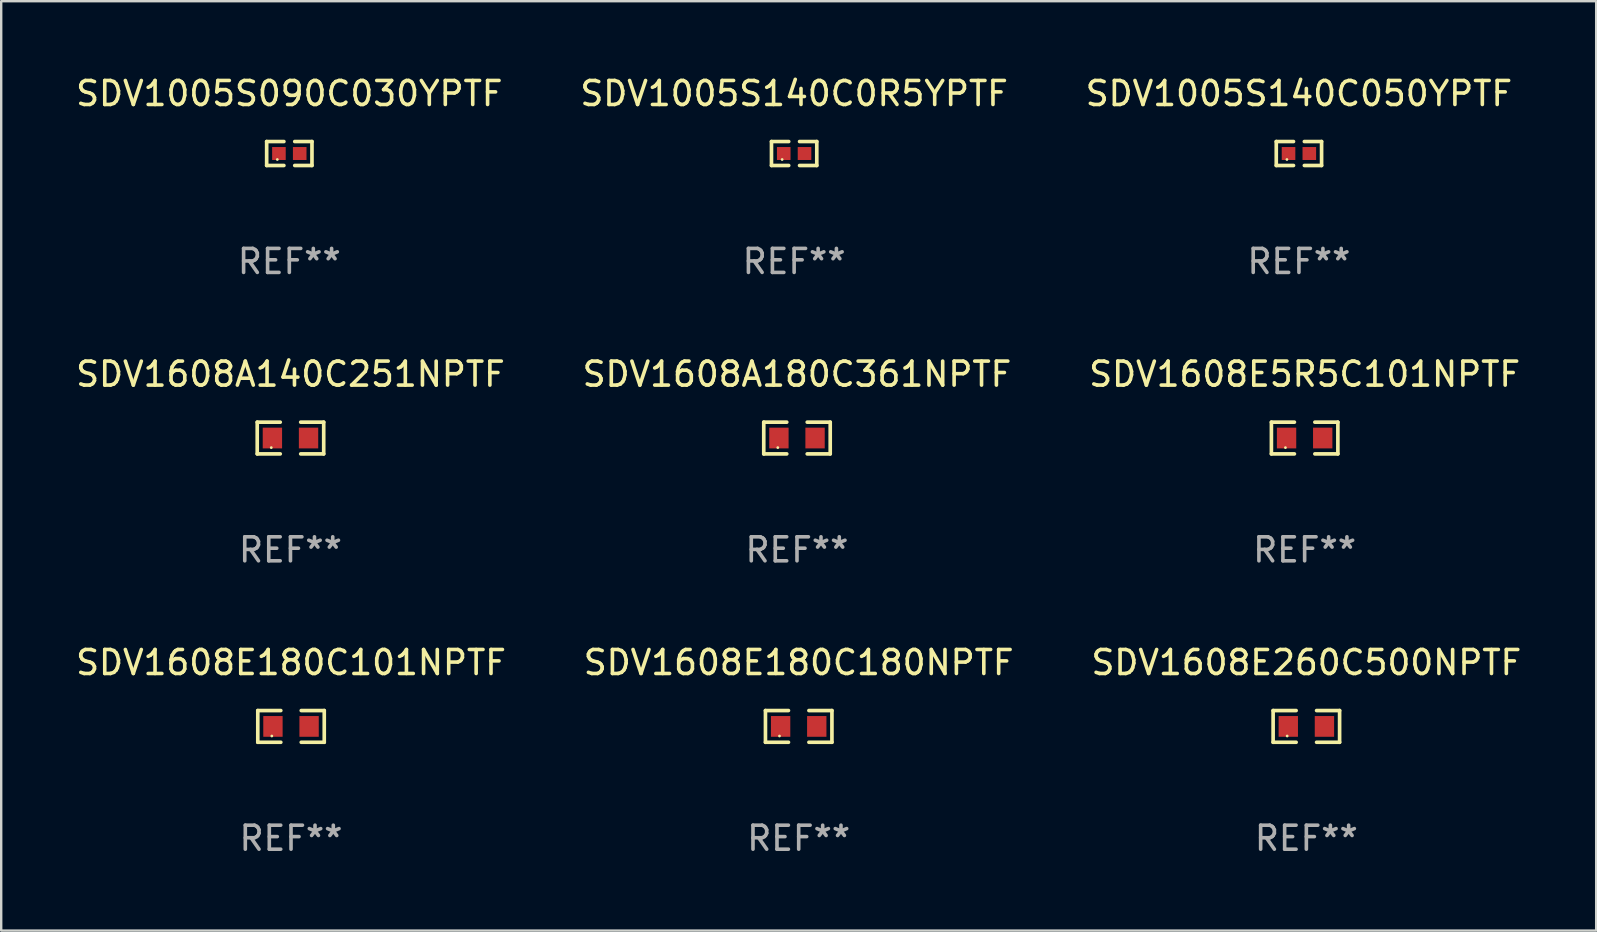
<source format=kicad_pcb>
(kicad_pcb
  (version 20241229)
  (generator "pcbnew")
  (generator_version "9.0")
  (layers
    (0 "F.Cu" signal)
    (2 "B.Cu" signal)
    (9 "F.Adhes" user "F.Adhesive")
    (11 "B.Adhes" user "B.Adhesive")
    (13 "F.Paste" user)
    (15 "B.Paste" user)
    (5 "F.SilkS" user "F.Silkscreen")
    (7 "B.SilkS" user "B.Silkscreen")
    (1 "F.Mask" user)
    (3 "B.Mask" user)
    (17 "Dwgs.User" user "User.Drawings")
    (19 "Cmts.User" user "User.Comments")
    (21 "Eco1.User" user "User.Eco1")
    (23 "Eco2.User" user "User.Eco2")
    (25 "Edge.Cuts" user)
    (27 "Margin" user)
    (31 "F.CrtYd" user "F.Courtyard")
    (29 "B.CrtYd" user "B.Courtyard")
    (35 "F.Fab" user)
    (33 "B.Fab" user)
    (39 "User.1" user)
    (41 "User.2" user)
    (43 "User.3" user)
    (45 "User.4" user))
  (footprint "SDV1005S140C050YPTF"
    (layer "F.Cu")
    (at 51.077 3.347)
    (property "Reference" "SDV1005S140C050YPTF" (at 0 -2.499 0) (layer "F.SilkS") (effects (font (size 1 1) (thickness 0.15))))
    (attr through_hole)
    (fp_line (start -0.944 -0.499) (end -0.226 -0.499) (stroke (width 0.152) (type solid)) (layer "F.SilkS"))
    (fp_line (start -0.944 0.499) (end -0.944 -0.499) (stroke (width 0.152) (type solid)) (layer "F.SilkS"))
    (fp_line (start -0.226 0.499) (end -0.944 0.499) (stroke (width 0.152) (type solid)) (layer "F.SilkS"))
    (fp_line (start 0.226 0.499) (end 0.944 0.499) (stroke (width 0.152) (type solid)) (layer "F.SilkS"))
    (fp_line (start 0.944 -0.499) (end 0.226 -0.499) (stroke (width 0.152) (type solid)) (layer "F.SilkS"))
    (fp_line (start 0.944 0.499) (end 0.944 -0.499) (stroke (width 0.152) (type solid)) (layer "F.SilkS"))
    (fp_circle (center -0.5 0.25) (end -0.47 0.25) (stroke (width 0.06) (type solid)) (fill no) (layer "F.SilkS"))
    (fp_text user "REF**" (at 0 4.499 0) (layer "F.Fab") (effects (font (size 1 1) (thickness 0.15))))
    (pad "1" smd rect (at -0.433 0) (size 0.566 0.54) (layers "F.Cu" "F.Mask" "F.Paste"))
    (pad "2" smd rect (at 0.433 0) (size 0.566 0.54) (layers "F.Cu" "F.Mask" "F.Paste")))
  (footprint "SDV1608E260C500NPTF"
    (layer "F.Cu")
    (at 51.387 27.22)
    (property "Reference" "SDV1608E260C500NPTF" (at 0 -2.661 0) (layer "F.SilkS") (effects (font (size 1 1) (thickness 0.15))))
    (attr through_hole)
    (fp_line (start -1.385 -0.661) (end -0.426 -0.661) (stroke (width 0.152) (type solid)) (layer "F.SilkS"))
    (fp_line (start -1.385 0.661) (end -1.385 -0.661) (stroke (width 0.152) (type solid)) (layer "F.SilkS"))
    (fp_line (start -0.426 0.661) (end -1.385 0.661) (stroke (width 0.152) (type solid)) (layer "F.SilkS"))
    (fp_line (start 0.426 0.661) (end 1.385 0.661) (stroke (width 0.152) (type solid)) (layer "F.SilkS"))
    (fp_line (start 1.385 -0.661) (end 0.426 -0.661) (stroke (width 0.152) (type solid)) (layer "F.SilkS"))
    (fp_line (start 1.385 0.661) (end 1.385 -0.661) (stroke (width 0.152) (type solid)) (layer "F.SilkS"))
    (fp_circle (center -0.8 0.4) (end -0.77 0.4) (stroke (width 0.06) (type solid)) (fill no) (layer "F.SilkS"))
    (fp_text user "REF**" (at 0 4.661 0) (layer "F.Fab") (effects (font (size 1 1) (thickness 0.15))))
    (pad "1" smd rect (at -0.753 0) (size 0.806 0.864) (layers "F.Cu" "F.Mask" "F.Paste"))
    (pad "2" smd rect (at 0.753 0) (size 0.806 0.864) (layers "F.Cu" "F.Mask" "F.Paste")))
  (footprint "SDV1608E5R5C101NPTF"
    (layer "F.Cu")
    (at 51.315 15.203)
    (property "Reference" "SDV1608E5R5C101NPTF" (at 0 -2.661 0) (layer "F.SilkS") (effects (font (size 1 1) (thickness 0.15))))
    (attr through_hole)
    (fp_line (start -1.385 -0.661) (end -0.426 -0.661) (stroke (width 0.152) (type solid)) (layer "F.SilkS"))
    (fp_line (start -1.385 0.661) (end -1.385 -0.661) (stroke (width 0.152) (type solid)) (layer "F.SilkS"))
    (fp_line (start -0.426 0.661) (end -1.385 0.661) (stroke (width 0.152) (type solid)) (layer "F.SilkS"))
    (fp_line (start 0.426 0.661) (end 1.385 0.661) (stroke (width 0.152) (type solid)) (layer "F.SilkS"))
    (fp_line (start 1.385 -0.661) (end 0.426 -0.661) (stroke (width 0.152) (type solid)) (layer "F.SilkS"))
    (fp_line (start 1.385 0.661) (end 1.385 -0.661) (stroke (width 0.152) (type solid)) (layer "F.SilkS"))
    (fp_circle (center -0.8 0.4) (end -0.77 0.4) (stroke (width 0.06) (type solid)) (fill no) (layer "F.SilkS"))
    (fp_text user "REF**" (at 0 4.661 0) (layer "F.Fab") (effects (font (size 1 1) (thickness 0.15))))
    (pad "1" smd rect (at -0.753 0) (size 0.806 0.864) (layers "F.Cu" "F.Mask" "F.Paste"))
    (pad "2" smd rect (at 0.753 0) (size 0.806 0.864) (layers "F.Cu" "F.Mask" "F.Paste")))
  (footprint "SDV1005S090C030YPTF"
    (layer "F.Cu")
    (at 9.006 3.347)
    (property "Reference" "SDV1005S090C030YPTF" (at 0 -2.499 0) (layer "F.SilkS") (effects (font (size 1 1) (thickness 0.15))))
    (attr through_hole)
    (fp_line (start -0.944 -0.499) (end -0.226 -0.499) (stroke (width 0.152) (type solid)) (layer "F.SilkS"))
    (fp_line (start -0.944 0.499) (end -0.944 -0.499) (stroke (width 0.152) (type solid)) (layer "F.SilkS"))
    (fp_line (start -0.226 0.499) (end -0.944 0.499) (stroke (width 0.152) (type solid)) (layer "F.SilkS"))
    (fp_line (start 0.226 0.499) (end 0.944 0.499) (stroke (width 0.152) (type solid)) (layer "F.SilkS"))
    (fp_line (start 0.944 -0.499) (end 0.226 -0.499) (stroke (width 0.152) (type solid)) (layer "F.SilkS"))
    (fp_line (start 0.944 0.499) (end 0.944 -0.499) (stroke (width 0.152) (type solid)) (layer "F.SilkS"))
    (fp_circle (center -0.5 0.25) (end -0.47 0.25) (stroke (width 0.06) (type solid)) (fill no) (layer "F.SilkS"))
    (fp_text user "REF**" (at 0 4.499 0) (layer "F.Fab") (effects (font (size 1 1) (thickness 0.15))))
    (pad "1" smd rect (at -0.433 0) (size 0.566 0.54) (layers "F.Cu" "F.Mask" "F.Paste"))
    (pad "2" smd rect (at 0.433 0) (size 0.566 0.54) (layers "F.Cu" "F.Mask" "F.Paste")))
  (footprint "SDV1005S140C0R5YPTF"
    (layer "F.Cu")
    (at 30.042 3.347)
    (property "Reference" "SDV1005S140C0R5YPTF" (at 0 -2.499 0) (layer "F.SilkS") (effects (font (size 1 1) (thickness 0.15))))
    (attr through_hole)
    (fp_line (start -0.944 -0.499) (end -0.226 -0.499) (stroke (width 0.152) (type solid)) (layer "F.SilkS"))
    (fp_line (start -0.944 0.499) (end -0.944 -0.499) (stroke (width 0.152) (type solid)) (layer "F.SilkS"))
    (fp_line (start -0.226 0.499) (end -0.944 0.499) (stroke (width 0.152) (type solid)) (layer "F.SilkS"))
    (fp_line (start 0.226 0.499) (end 0.944 0.499) (stroke (width 0.152) (type solid)) (layer "F.SilkS"))
    (fp_line (start 0.944 -0.499) (end 0.226 -0.499) (stroke (width 0.152) (type solid)) (layer "F.SilkS"))
    (fp_line (start 0.944 0.499) (end 0.944 -0.499) (stroke (width 0.152) (type solid)) (layer "F.SilkS"))
    (fp_circle (center -0.5 0.25) (end -0.47 0.25) (stroke (width 0.06) (type solid)) (fill no) (layer "F.SilkS"))
    (fp_text user "REF**" (at 0 4.499 0) (layer "F.Fab") (effects (font (size 1 1) (thickness 0.15))))
    (pad "1" smd rect (at -0.433 0) (size 0.566 0.54) (layers "F.Cu" "F.Mask" "F.Paste"))
    (pad "2" smd rect (at 0.433 0) (size 0.566 0.54) (layers "F.Cu" "F.Mask" "F.Paste")))
  (footprint "SDV1608E180C101NPTF"
    (layer "F.Cu")
    (at 9.077 27.22)
    (property "Reference" "SDV1608E180C101NPTF" (at 0 -2.661 0) (layer "F.SilkS") (effects (font (size 1 1) (thickness 0.15))))
    (attr through_hole)
    (fp_line (start -1.385 -0.661) (end -0.426 -0.661) (stroke (width 0.152) (type solid)) (layer "F.SilkS"))
    (fp_line (start -1.385 0.661) (end -1.385 -0.661) (stroke (width 0.152) (type solid)) (layer "F.SilkS"))
    (fp_line (start -0.426 0.661) (end -1.385 0.661) (stroke (width 0.152) (type solid)) (layer "F.SilkS"))
    (fp_line (start 0.426 0.661) (end 1.385 0.661) (stroke (width 0.152) (type solid)) (layer "F.SilkS"))
    (fp_line (start 1.385 -0.661) (end 0.426 -0.661) (stroke (width 0.152) (type solid)) (layer "F.SilkS"))
    (fp_line (start 1.385 0.661) (end 1.385 -0.661) (stroke (width 0.152) (type solid)) (layer "F.SilkS"))
    (fp_circle (center -0.8 0.4) (end -0.77 0.4) (stroke (width 0.06) (type solid)) (fill no) (layer "F.SilkS"))
    (fp_text user "REF**" (at 0 4.661 0) (layer "F.Fab") (effects (font (size 1 1) (thickness 0.15))))
    (pad "1" smd rect (at -0.753 0) (size 0.806 0.864) (layers "F.Cu" "F.Mask" "F.Paste"))
    (pad "2" smd rect (at 0.753 0) (size 0.806 0.864) (layers "F.Cu" "F.Mask" "F.Paste")))
  (footprint "SDV1608E180C180NPTF"
    (layer "F.Cu")
    (at 30.232 27.22)
    (property "Reference" "SDV1608E180C180NPTF" (at 0 -2.661 0) (layer "F.SilkS") (effects (font (size 1 1) (thickness 0.15))))
    (attr through_hole)
    (fp_line (start -1.385 -0.661) (end -0.426 -0.661) (stroke (width 0.152) (type solid)) (layer "F.SilkS"))
    (fp_line (start -1.385 0.661) (end -1.385 -0.661) (stroke (width 0.152) (type solid)) (layer "F.SilkS"))
    (fp_line (start -0.426 0.661) (end -1.385 0.661) (stroke (width 0.152) (type solid)) (layer "F.SilkS"))
    (fp_line (start 0.426 0.661) (end 1.385 0.661) (stroke (width 0.152) (type solid)) (layer "F.SilkS"))
    (fp_line (start 1.385 -0.661) (end 0.426 -0.661) (stroke (width 0.152) (type solid)) (layer "F.SilkS"))
    (fp_line (start 1.385 0.661) (end 1.385 -0.661) (stroke (width 0.152) (type solid)) (layer "F.SilkS"))
    (fp_circle (center -0.8 0.4) (end -0.77 0.4) (stroke (width 0.06) (type solid)) (fill no) (layer "F.SilkS"))
    (fp_text user "REF**" (at 0 4.661 0) (layer "F.Fab") (effects (font (size 1 1) (thickness 0.15))))
    (pad "1" smd rect (at -0.753 0) (size 0.806 0.864) (layers "F.Cu" "F.Mask" "F.Paste"))
    (pad "2" smd rect (at 0.753 0) (size 0.806 0.864) (layers "F.Cu" "F.Mask" "F.Paste")))
  (footprint "SDV1608A180C361NPTF"
    (layer "F.Cu")
    (at 30.161 15.203)
    (property "Reference" "SDV1608A180C361NPTF" (at 0 -2.661 0) (layer "F.SilkS") (effects (font (size 1 1) (thickness 0.15))))
    (attr through_hole)
    (fp_line (start -1.385 -0.661) (end -0.426 -0.661) (stroke (width 0.152) (type solid)) (layer "F.SilkS"))
    (fp_line (start -1.385 0.661) (end -1.385 -0.661) (stroke (width 0.152) (type solid)) (layer "F.SilkS"))
    (fp_line (start -0.426 0.661) (end -1.385 0.661) (stroke (width 0.152) (type solid)) (layer "F.SilkS"))
    (fp_line (start 0.426 0.661) (end 1.385 0.661) (stroke (width 0.152) (type solid)) (layer "F.SilkS"))
    (fp_line (start 1.385 -0.661) (end 0.426 -0.661) (stroke (width 0.152) (type solid)) (layer "F.SilkS"))
    (fp_line (start 1.385 0.661) (end 1.385 -0.661) (stroke (width 0.152) (type solid)) (layer "F.SilkS"))
    (fp_circle (center -0.8 0.4) (end -0.77 0.4) (stroke (width 0.06) (type solid)) (fill no) (layer "F.SilkS"))
    (fp_text user "REF**" (at 0 4.661 0) (layer "F.Fab") (effects (font (size 1 1) (thickness 0.15))))
    (pad "1" smd rect (at -0.753 0) (size 0.806 0.864) (layers "F.Cu" "F.Mask" "F.Paste"))
    (pad "2" smd rect (at 0.753 0) (size 0.806 0.864) (layers "F.Cu" "F.Mask" "F.Paste")))
  (footprint "SDV1608A140C251NPTF"
    (layer "F.Cu")
    (at 9.054 15.203)
    (property "Reference" "SDV1608A140C251NPTF" (at 0 -2.661 0) (layer "F.SilkS") (effects (font (size 1 1) (thickness 0.15))))
    (attr through_hole)
    (fp_line (start -1.385 -0.661) (end -0.426 -0.661) (stroke (width 0.152) (type solid)) (layer "F.SilkS"))
    (fp_line (start -1.385 0.661) (end -1.385 -0.661) (stroke (width 0.152) (type solid)) (layer "F.SilkS"))
    (fp_line (start -0.426 0.661) (end -1.385 0.661) (stroke (width 0.152) (type solid)) (layer "F.SilkS"))
    (fp_line (start 0.426 0.661) (end 1.385 0.661) (stroke (width 0.152) (type solid)) (layer "F.SilkS"))
    (fp_line (start 1.385 -0.661) (end 0.426 -0.661) (stroke (width 0.152) (type solid)) (layer "F.SilkS"))
    (fp_line (start 1.385 0.661) (end 1.385 -0.661) (stroke (width 0.152) (type solid)) (layer "F.SilkS"))
    (fp_circle (center -0.8 0.4) (end -0.77 0.4) (stroke (width 0.06) (type solid)) (fill no) (layer "F.SilkS"))
    (fp_text user "REF**" (at 0 4.661 0) (layer "F.Fab") (effects (font (size 1 1) (thickness 0.15))))
    (pad "1" smd rect (at -0.753 0) (size 0.806 0.864) (layers "F.Cu" "F.Mask" "F.Paste"))
    (pad "2" smd rect (at 0.753 0) (size 0.806 0.864) (layers "F.Cu" "F.Mask" "F.Paste")))
  (gr_rect
    (start -3 -3)
    (end 63.464 35.729)
    (stroke (width 0.1) (type default))
    (fill no)
    (layer "Edge.Cuts")))
</source>
